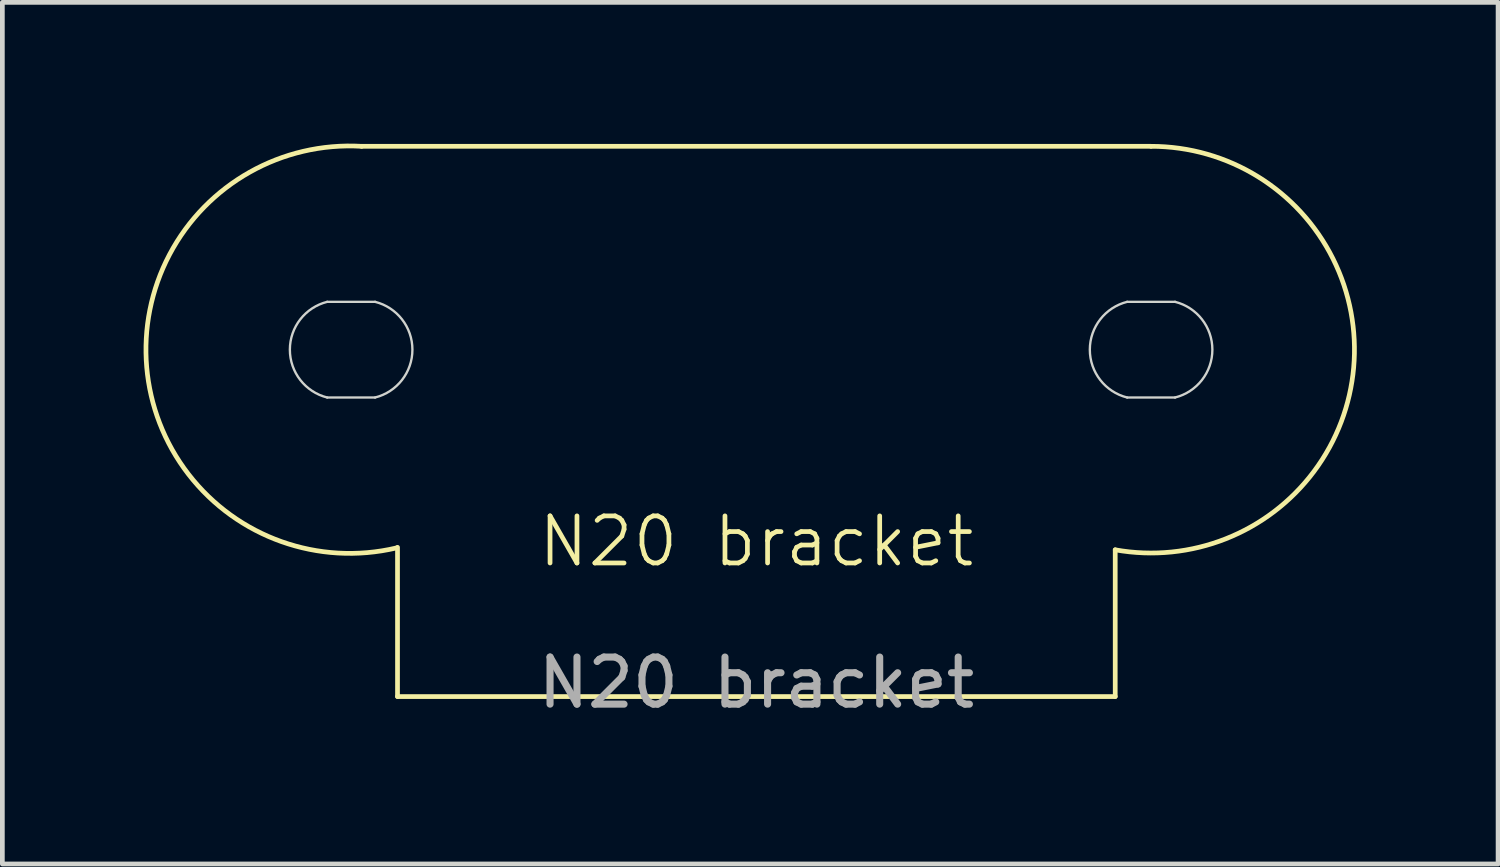
<source format=kicad_pcb>
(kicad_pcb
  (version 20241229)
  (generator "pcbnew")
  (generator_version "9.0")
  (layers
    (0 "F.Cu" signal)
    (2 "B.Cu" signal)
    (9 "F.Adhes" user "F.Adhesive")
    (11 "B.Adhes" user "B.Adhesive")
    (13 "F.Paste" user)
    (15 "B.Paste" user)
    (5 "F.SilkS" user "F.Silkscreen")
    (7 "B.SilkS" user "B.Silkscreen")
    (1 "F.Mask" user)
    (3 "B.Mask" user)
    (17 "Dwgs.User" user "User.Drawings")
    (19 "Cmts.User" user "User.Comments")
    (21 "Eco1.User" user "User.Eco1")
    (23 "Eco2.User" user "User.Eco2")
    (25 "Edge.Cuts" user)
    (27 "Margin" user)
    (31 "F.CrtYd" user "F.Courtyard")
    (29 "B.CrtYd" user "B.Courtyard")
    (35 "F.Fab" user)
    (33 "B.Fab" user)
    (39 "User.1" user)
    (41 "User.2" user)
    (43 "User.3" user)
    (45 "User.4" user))
  (footprint "N20 bracket"
    (layer "F.Cu")
    (at 13.011 8.947)
    (property "Reference" "N20 bracket" (at 0 -0.5 0) (unlocked yes) (layer "F.SilkS") (effects (font (size 1 1) (thickness 0.1))))
    (attr smd)
    (fp_line (start -8.382 -8.89) (end 8.382 -8.89) (stroke (width 0.1) (type default)) (layer "F.SilkS"))
    (fp_line (start -7.62 2.794) (end 7.62 2.794) (stroke (width 0.1) (type default)) (layer "F.SilkS"))
    (fp_line (start -7.62 -0.375) (end -7.62 2.794) (stroke (width 0.1) (type default)) (layer "F.SilkS"))
    (fp_line (start 7.62 -0.322) (end 7.62 2.794) (stroke (width 0.1) (type default)) (layer "F.SilkS"))
    (fp_arc (start -7.645299 -0.361519) (mid -12.945416 -4.199747) (end -8.382 -8.89) (stroke (width 0.1) (type default)) (layer "F.SilkS"))
    (fp_arc (start 8.382 -8.89) (mid 12.683025 -4.189494) (end 7.619995 -0.321768) (stroke (width 0.1) (type default)) (layer "F.SilkS"))
    (fp_line (start -9.113 -5.588) (end -8.097 -5.588) (stroke (width 0.05) (type default)) (layer "Edge.Cuts"))
    (fp_line (start -9.113 -3.556) (end -8.097 -3.556) (stroke (width 0.05) (type default)) (layer "Edge.Cuts"))
    (fp_line (start 7.874 -5.588) (end 8.89 -5.588) (stroke (width 0.05) (type default)) (layer "Edge.Cuts"))
    (fp_line (start 7.874 -3.556) (end 8.89 -3.556) (stroke (width 0.05) (type default)) (layer "Edge.Cuts"))
    (fp_arc (start -9.112731 -3.556) (mid -9.906 -4.572) (end -9.112731 -5.588) (stroke (width 0.05) (type default)) (layer "Edge.Cuts"))
    (fp_arc (start -8.096731 -5.588) (mid -7.303462 -4.572) (end -8.096731 -3.556) (stroke (width 0.05) (type default)) (layer "Edge.Cuts"))
    (fp_arc (start 7.874 -3.556) (mid 7.080731 -4.572) (end 7.874 -5.588) (stroke (width 0.05) (type default)) (layer "Edge.Cuts"))
    (fp_arc (start 8.89 -5.588) (mid 9.683269 -4.572) (end 8.89 -3.556) (stroke (width 0.05) (type default)) (layer "Edge.Cuts"))
    (fp_text user "${REFERENCE}" (at 0 2.5 0) (unlocked yes) (layer "F.Fab") (effects (font (size 1 1) (thickness 0.15)))))
  (gr_rect
    (start -3 -3)
    (end 28.761 15.296)
    (stroke (width 0.1) (type default))
    (fill no)
    (layer "Edge.Cuts")))
</source>
